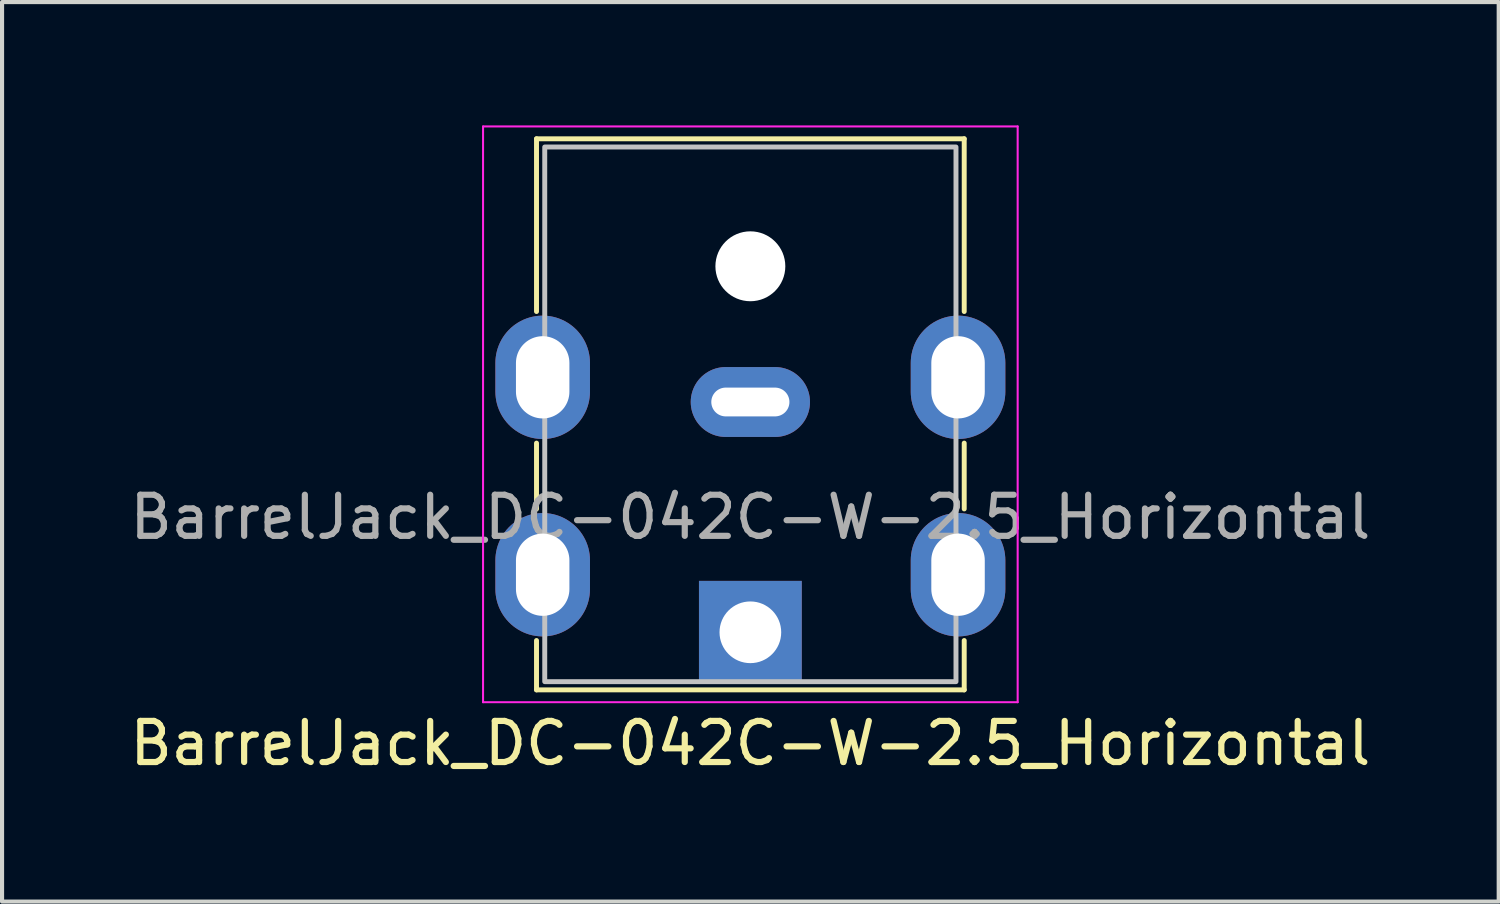
<source format=kicad_pcb>
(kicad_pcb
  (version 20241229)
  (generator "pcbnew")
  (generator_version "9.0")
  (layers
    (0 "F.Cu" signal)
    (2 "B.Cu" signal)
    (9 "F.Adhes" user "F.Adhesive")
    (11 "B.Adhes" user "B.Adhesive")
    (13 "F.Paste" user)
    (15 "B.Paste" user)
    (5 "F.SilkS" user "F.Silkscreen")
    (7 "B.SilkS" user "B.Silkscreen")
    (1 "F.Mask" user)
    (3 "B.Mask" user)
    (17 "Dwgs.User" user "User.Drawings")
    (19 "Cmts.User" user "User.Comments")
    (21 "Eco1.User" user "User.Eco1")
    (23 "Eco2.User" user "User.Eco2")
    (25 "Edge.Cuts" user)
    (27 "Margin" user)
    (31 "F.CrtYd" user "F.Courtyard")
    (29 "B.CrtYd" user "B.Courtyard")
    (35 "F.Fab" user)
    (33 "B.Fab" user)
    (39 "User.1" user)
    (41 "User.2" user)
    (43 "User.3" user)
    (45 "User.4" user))
  (footprint "BarrelJack_DC-042C-W-2.5_Horizontal"
    (layer "F.Cu")
    (at 15.196 0.525)
    (property "Reference" "BarrelJack_DC-042C-W-2.5_Horizontal" (at 0 14.5 0) (layer "F.SilkS") (effects (font (size 1 1) (thickness 0.15))))
    (attr through_hole)
    (fp_line (start -5.2 -0.2) (end -5.2 4) (stroke (width 0.12) (type solid)) (layer "F.SilkS"))
    (fp_line (start -5.2 -0.2) (end 5.2 -0.2) (stroke (width 0.12) (type solid)) (layer "F.SilkS"))
    (fp_line (start -5.2 7.2) (end -5.2 8.8) (stroke (width 0.12) (type solid)) (layer "F.SilkS"))
    (fp_line (start -5.2 12) (end -5.2 13.2) (stroke (width 0.12) (type solid)) (layer "F.SilkS"))
    (fp_line (start -5.2 13.2) (end 5.2 13.2) (stroke (width 0.12) (type solid)) (layer "F.SilkS"))
    (fp_line (start 5.2 -0.2) (end 5.2 4) (stroke (width 0.12) (type solid)) (layer "F.SilkS"))
    (fp_line (start 5.2 7.2) (end 5.2 8.8) (stroke (width 0.12) (type solid)) (layer "F.SilkS"))
    (fp_line (start 5.2 13.2) (end 5.2 12) (stroke (width 0.12) (type solid)) (layer "F.SilkS"))
    (fp_rect (start -5 0) (end 5 13) (stroke (width 0.12) (type solid)) (fill no) (layer "Dwgs.User"))
    (fp_line (start -6.5 -0.5) (end -6.5 13.5) (stroke (width 0.05) (type solid)) (layer "F.CrtYd"))
    (fp_line (start -6.5 13.5) (end 6.5 13.5) (stroke (width 0.05) (type solid)) (layer "F.CrtYd"))
    (fp_line (start 6.5 -0.5) (end -6.5 -0.5) (stroke (width 0.05) (type solid)) (layer "F.CrtYd"))
    (fp_line (start 6.5 13.5) (end 6.5 -0.5) (stroke (width 0.05) (type solid)) (layer "F.CrtYd"))
    (fp_text user "${REFERENCE}" (at 0 9 0) (layer "F.Fab") (effects (font (size 1 1) (thickness 0.15))))
    (pad "" np_thru_hole circle (at 0 2.9) (size 1.7 1.7) (drill 1.7) (layers "*.Cu" "*.Mask"))
    (pad "1" thru_hole rect (at 0 11.8) (size 2.5 2.5) (drill 1.5) (layers "*.Cu" "*.Mask"))
    (pad "2" thru_hole oval (at -5.05 5.6) (size 2.3 3) (drill oval 1.3 2) (layers "*.Cu" "*.Mask"))
    (pad "2" thru_hole oval (at -5.05 10.4) (size 2.3 3) (drill oval 1.3 2) (layers "*.Cu" "*.Mask"))
    (pad "2" thru_hole oval (at 5.05 5.6) (size 2.3 3) (drill oval 1.3 2) (layers "*.Cu" "*.Mask"))
    (pad "2" thru_hole oval (at 5.05 10.4) (size 2.3 3) (drill oval 1.3 2) (layers "*.Cu" "*.Mask"))
    (pad "3" thru_hole oval (at 0 6.2) (size 2.9 1.7) (drill oval 1.9 0.7) (layers "*.Cu" "*.Mask")))
  (gr_rect
    (start -3 -3)
    (end 33.393 18.873)
    (stroke (width 0.1) (type default))
    (fill no)
    (layer "Edge.Cuts")))
</source>
